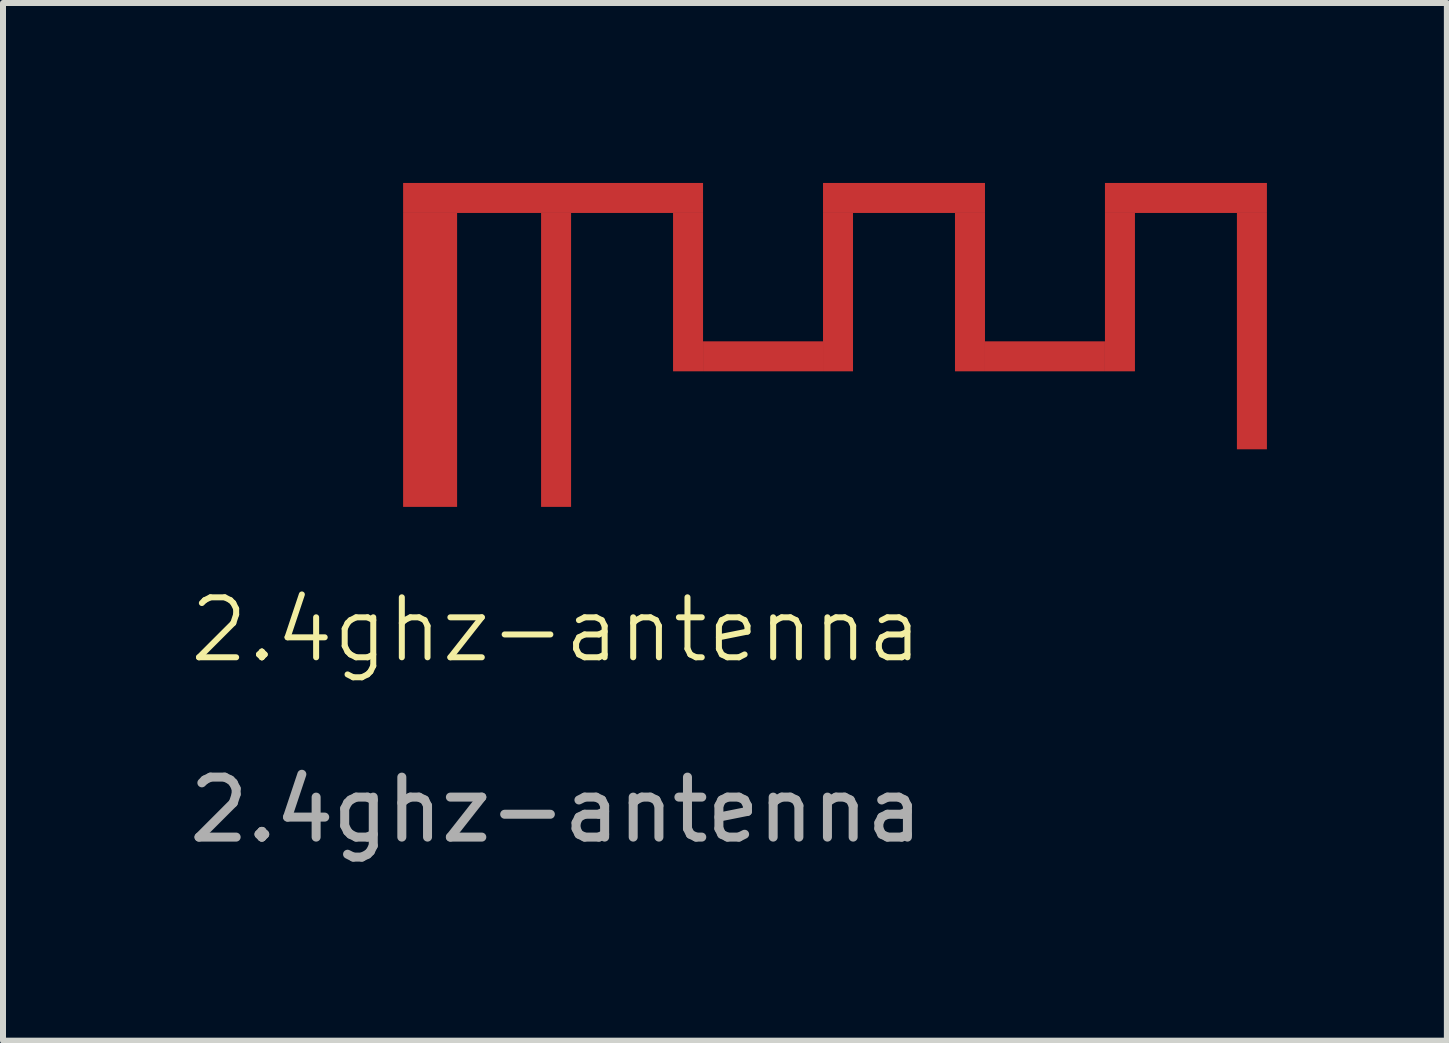
<source format=kicad_pcb>
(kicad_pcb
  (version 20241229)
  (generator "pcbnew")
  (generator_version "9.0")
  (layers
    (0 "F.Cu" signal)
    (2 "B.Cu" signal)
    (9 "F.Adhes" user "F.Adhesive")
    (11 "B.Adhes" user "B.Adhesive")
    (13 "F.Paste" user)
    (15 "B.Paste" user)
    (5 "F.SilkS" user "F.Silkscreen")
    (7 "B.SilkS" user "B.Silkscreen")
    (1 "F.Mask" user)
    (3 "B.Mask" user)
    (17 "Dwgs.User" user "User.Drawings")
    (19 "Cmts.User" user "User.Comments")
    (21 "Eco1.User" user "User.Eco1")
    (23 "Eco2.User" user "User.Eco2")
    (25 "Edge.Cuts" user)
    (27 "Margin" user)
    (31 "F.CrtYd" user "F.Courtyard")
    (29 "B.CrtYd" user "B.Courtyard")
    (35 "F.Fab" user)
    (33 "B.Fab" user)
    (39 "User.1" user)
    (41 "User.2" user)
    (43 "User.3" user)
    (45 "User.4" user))
  (footprint "2.4ghz-antenna"
    (layer "F.Cu")
    (at 6.22 5.4)
    (property "Reference" "2.4ghz-antenna" (at 0 2.05 0) (unlocked yes) (layer "F.SilkS") (effects (font (size 1 1) (thickness 0.1))))
    (fp_rect (start -2.55 -5.4) (end 2.45 -4.9) (stroke (width 0) (type solid)) (fill yes) (layer "F.Cu"))
    (fp_rect (start 1.95 -4.9) (end 2.45 -2.26) (stroke (width 0) (type solid)) (fill yes) (layer "F.Cu"))
    (fp_rect (start 2.45 -2.76) (end 4.45 -2.26) (stroke (width 0) (type solid)) (fill yes) (layer "F.Cu"))
    (fp_rect (start 4.45 -5.4) (end 7.15 -4.9) (stroke (width 0) (type solid)) (fill yes) (layer "F.Cu"))
    (fp_rect (start 4.45 -4.9) (end 4.95 -2.26) (stroke (width 0) (type solid)) (fill yes) (layer "F.Cu"))
    (fp_rect (start 6.65 -4.9) (end 7.15 -2.26) (stroke (width 0) (type solid)) (fill yes) (layer "F.Cu"))
    (fp_rect (start 7.15 -2.76) (end 9.15 -2.26) (stroke (width 0) (type solid)) (fill yes) (layer "F.Cu"))
    (fp_rect (start 9.15 -5.4) (end 11.85 -4.9) (stroke (width 0) (type solid)) (fill yes) (layer "F.Cu"))
    (fp_rect (start 9.15 -4.9) (end 9.65 -2.26) (stroke (width 0) (type solid)) (fill yes) (layer "F.Cu"))
    (fp_rect (start 11.35 -4.9) (end 11.85 -0.96) (stroke (width 0) (type solid)) (fill yes) (layer "F.Cu"))
    (fp_text user "${REFERENCE}" (at 0 5.05 0) (unlocked yes) (layer "F.Fab") (effects (font (size 1 1) (thickness 0.15))))
    (pad "1" smd rect (at 0 -2.45) (size 0.5 4.9) (layers "F.Cu" "F.Mask" "F.Paste"))
    (pad "2" smd rect (at -2.1 -2.45) (size 0.9 4.9) (layers "F.Cu" "F.Mask" "F.Paste")))
  (gr_rect
    (start -3 -3)
    (end 21.07 14.298)
    (stroke (width 0.1) (type default))
    (fill no)
    (layer "Edge.Cuts")))
</source>
